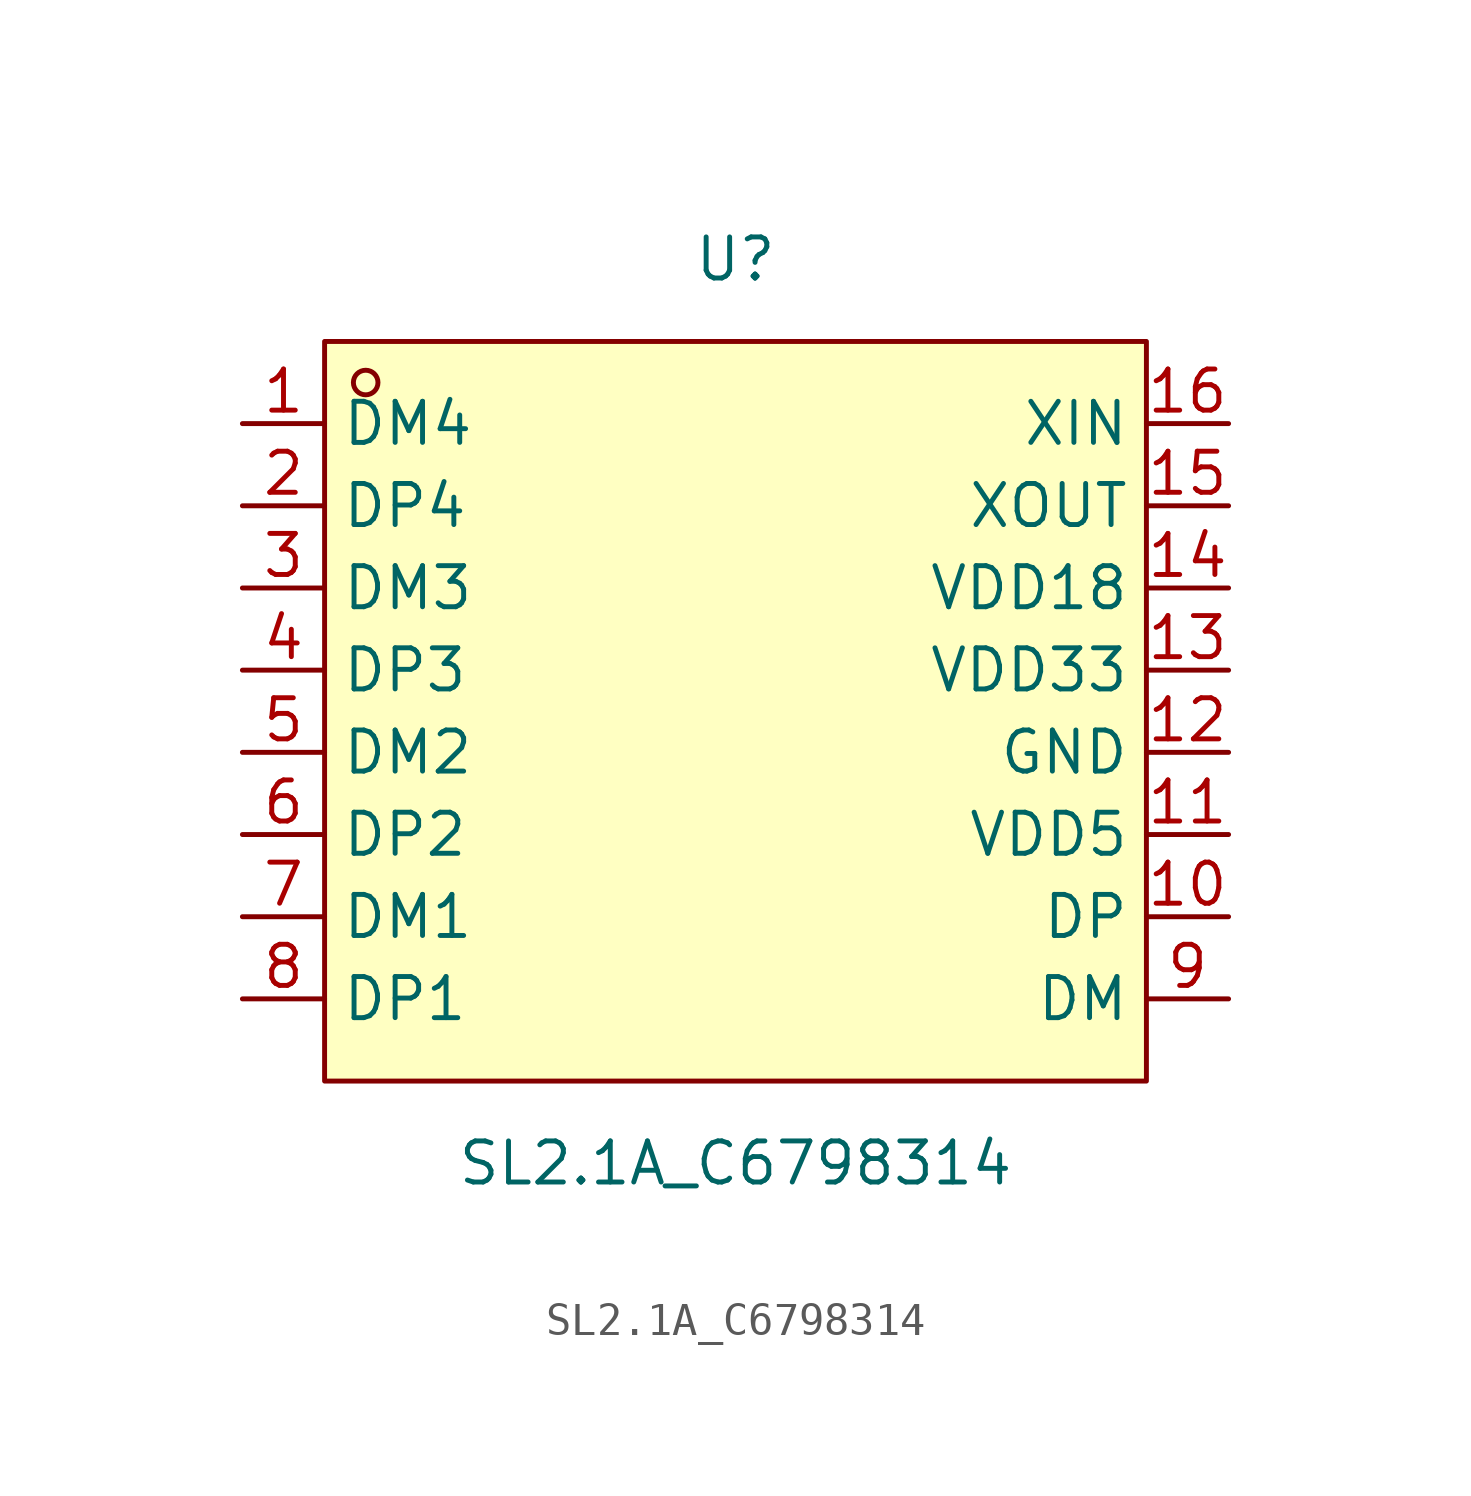
<source format=kicad_sym>
(kicad_symbol_lib
  (version 20231120)
  (generator "kicad_symbol_editor")
  (generator_version "8.0")
  (symbol "SL2.1A_C6798314"
    (property "Reference" "U"
      (at 0 15.24 0)
      (effects (font (size 1.27 1.27))))
    (property "Value" "SL2.1A_C6798314"
      (at 0 -12.7 0)
      (effects (font (size 1.27 1.27))))
    (symbol "SL2.1A_C6798314_0_1"
      (rectangle (start -12.7 12.7) (end 12.7 -10.16) (stroke (width 0) (type default)) (fill (type background)))
      (circle (center -11.43 11.43) (radius 0.38) (stroke (width 0) (type default)) (fill (type none)))
      (pin unspecified line (at -15.24 10.16 0) (length 2.54) (name "DM4" (effects (font (size 1.27 1.27)))) (number "1" (effects (font (size 1.27 1.27)))))
      (pin unspecified line (at 15.24 -5.08 180) (length 2.54) (name "DP" (effects (font (size 1.27 1.27)))) (number "10" (effects (font (size 1.27 1.27)))))
      (pin unspecified line (at 15.24 -2.54 180) (length 2.54) (name "VDD5" (effects (font (size 1.27 1.27)))) (number "11" (effects (font (size 1.27 1.27)))))
      (pin unspecified line (at 15.24 0 180) (length 2.54) (name "GND" (effects (font (size 1.27 1.27)))) (number "12" (effects (font (size 1.27 1.27)))))
      (pin unspecified line (at 15.24 2.54 180) (length 2.54) (name "VDD33" (effects (font (size 1.27 1.27)))) (number "13" (effects (font (size 1.27 1.27)))))
      (pin unspecified line (at 15.24 5.08 180) (length 2.54) (name "VDD18" (effects (font (size 1.27 1.27)))) (number "14" (effects (font (size 1.27 1.27)))))
      (pin unspecified line (at 15.24 7.62 180) (length 2.54) (name "XOUT" (effects (font (size 1.27 1.27)))) (number "15" (effects (font (size 1.27 1.27)))))
      (pin unspecified line (at 15.24 10.16 180) (length 2.54) (name "XIN" (effects (font (size 1.27 1.27)))) (number "16" (effects (font (size 1.27 1.27)))))
      (pin unspecified line (at -15.24 7.62 0) (length 2.54) (name "DP4" (effects (font (size 1.27 1.27)))) (number "2" (effects (font (size 1.27 1.27)))))
      (pin unspecified line (at -15.24 5.08 0) (length 2.54) (name "DM3" (effects (font (size 1.27 1.27)))) (number "3" (effects (font (size 1.27 1.27)))))
      (pin unspecified line (at -15.24 2.54 0) (length 2.54) (name "DP3" (effects (font (size 1.27 1.27)))) (number "4" (effects (font (size 1.27 1.27)))))
      (pin unspecified line (at -15.24 0 0) (length 2.54) (name "DM2" (effects (font (size 1.27 1.27)))) (number "5" (effects (font (size 1.27 1.27)))))
      (pin unspecified line (at -15.24 -2.54 0) (length 2.54) (name "DP2" (effects (font (size 1.27 1.27)))) (number "6" (effects (font (size 1.27 1.27)))))
      (pin unspecified line (at -15.24 -5.08 0) (length 2.54) (name "DM1" (effects (font (size 1.27 1.27)))) (number "7" (effects (font (size 1.27 1.27)))))
      (pin unspecified line (at -15.24 -7.62 0) (length 2.54) (name "DP1" (effects (font (size 1.27 1.27)))) (number "8" (effects (font (size 1.27 1.27)))))
      (pin unspecified line (at 15.24 -7.62 180) (length 2.54) (name "DM" (effects (font (size 1.27 1.27)))) (number "9" (effects (font (size 1.27 1.27))))))))
</source>
